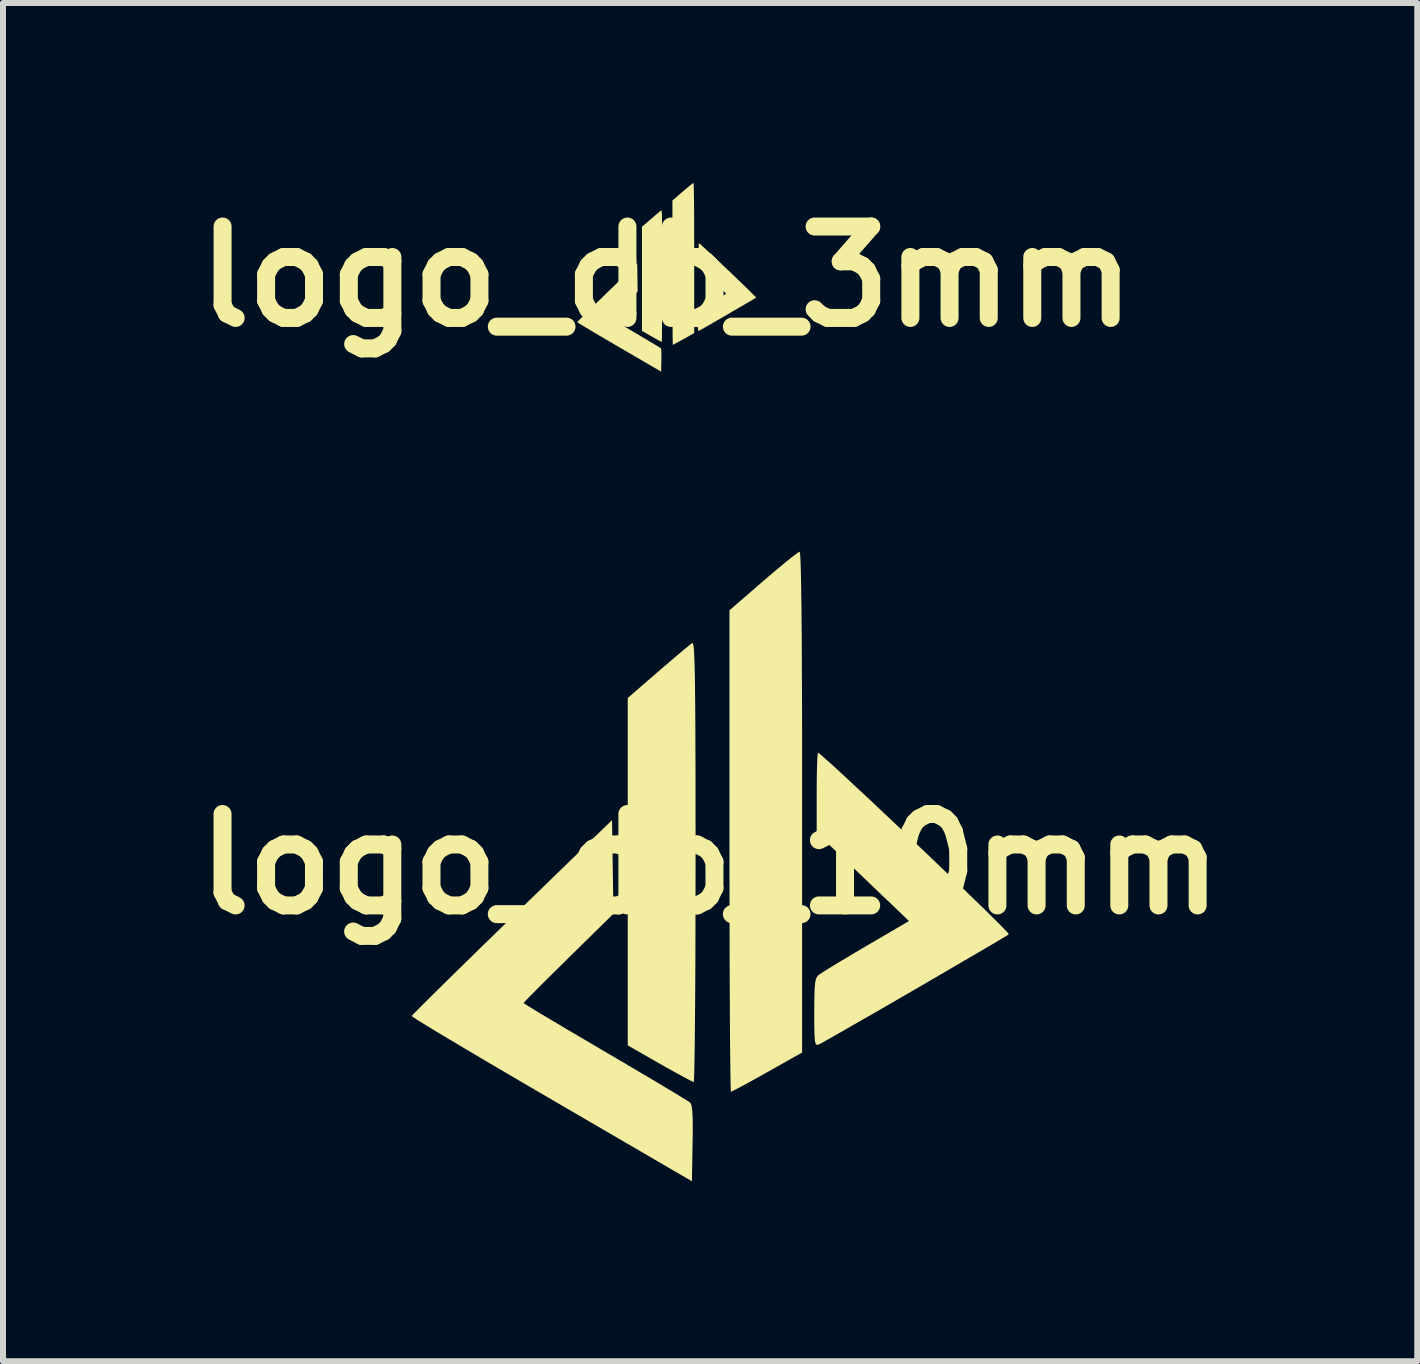
<source format=kicad_pcb>
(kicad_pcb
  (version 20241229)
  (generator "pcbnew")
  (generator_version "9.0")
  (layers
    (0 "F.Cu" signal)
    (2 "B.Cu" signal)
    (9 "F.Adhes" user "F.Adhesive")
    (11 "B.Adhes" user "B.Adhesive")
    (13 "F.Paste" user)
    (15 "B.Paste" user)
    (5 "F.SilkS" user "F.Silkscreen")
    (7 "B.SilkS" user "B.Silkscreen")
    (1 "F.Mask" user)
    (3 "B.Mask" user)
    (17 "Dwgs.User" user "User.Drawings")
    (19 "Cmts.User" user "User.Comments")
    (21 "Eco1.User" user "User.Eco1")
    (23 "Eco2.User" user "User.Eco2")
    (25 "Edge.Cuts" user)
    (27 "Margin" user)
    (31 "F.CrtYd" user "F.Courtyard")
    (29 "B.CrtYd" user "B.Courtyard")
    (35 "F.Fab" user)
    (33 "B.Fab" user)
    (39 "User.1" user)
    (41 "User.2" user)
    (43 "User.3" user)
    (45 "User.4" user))
  (footprint "logo_db_3mm"
    (layer "F.Cu")
    (at 8.063 1.561)
    (property "Reference" "logo_db_3mm" (at 0 0 0) (layer "F.SilkS") (effects (font (size 1.524 1.524) (thickness 0.3))))
    (attr through_hole)
    (fp_poly (pts (xy 0.45 -1.549) (xy 0.452 -1.513) (xy 0.454 -1.452) (xy 0.455 -1.368) (xy 0.457 -1.259) (xy 0.458 -1.126) (xy 0.459 -0.97) (xy 0.459 -0.789) (xy 0.46 -0.584) (xy 0.46 -0.356) (xy 0.46 -0.31) (xy 0.46 0.942) (xy 0.286 1.04) (xy 0.227 1.072) (xy 0.176 1.1) (xy 0.136 1.122) (xy 0.111 1.135) (xy 0.104 1.137) (xy 0.103 1.126) (xy 0.102 1.091) (xy 0.101 1.036) (xy 0.1 0.961) (xy 0.1 0.869) (xy 0.099 0.76) (xy 0.098 0.637) (xy 0.098 0.502) (xy 0.097 0.355) (xy 0.097 0.198) (xy 0.097 0.034) (xy 0.097 -0.065) (xy 0.097 -1.268) (xy 0.266 -1.414) (xy 0.32 -1.461) (xy 0.369 -1.501) (xy 0.408 -1.533) (xy 0.436 -1.554) (xy 0.448 -1.561)) (stroke (width 0) (type solid)) (fill yes) (layer "F.SilkS"))
    (fp_poly (pts (xy -0.086 -1.103) (xy -0.084 -1.094) (xy -0.081 -1.076) (xy -0.079 -1.048) (xy -0.078 -1.008) (xy -0.077 -0.956) (xy -0.075 -0.889) (xy -0.075 -0.807) (xy -0.074 -0.708) (xy -0.073 -0.59) (xy -0.073 -0.453) (xy -0.073 -0.296) (xy -0.073 -0.116) (xy -0.073 -0.013) (xy -0.073 0.148) (xy -0.073 0.302) (xy -0.073 0.447) (xy -0.074 0.582) (xy -0.075 0.705) (xy -0.076 0.813) (xy -0.077 0.906) (xy -0.078 0.982) (xy -0.079 1.039) (xy -0.08 1.075) (xy -0.082 1.089) (xy -0.082 1.089) (xy -0.095 1.083) (xy -0.125 1.068) (xy -0.169 1.044) (xy -0.221 1.014) (xy -0.251 0.997) (xy -0.411 0.906) (xy -0.411 -0.83) (xy -0.258 -0.962) (xy -0.206 -1.007) (xy -0.16 -1.047) (xy -0.122 -1.078) (xy -0.097 -1.099) (xy -0.089 -1.105)) (stroke (width 0) (type solid)) (fill yes) (layer "F.SilkS"))
    (fp_poly (pts (xy -0.486 0.014) (xy -0.483 0.248) (xy -0.707 0.469) (xy -0.768 0.528) (xy -0.822 0.582) (xy -0.868 0.627) (xy -0.903 0.663) (xy -0.925 0.686) (xy -0.932 0.694) (xy -0.922 0.701) (xy -0.893 0.719) (xy -0.848 0.746) (xy -0.788 0.782) (xy -0.717 0.824) (xy -0.636 0.872) (xy -0.548 0.924) (xy -0.523 0.938) (xy -0.433 0.992) (xy -0.348 1.042) (xy -0.272 1.087) (xy -0.207 1.126) (xy -0.155 1.157) (xy -0.119 1.179) (xy -0.101 1.19) (xy -0.1 1.192) (xy -0.093 1.204) (xy -0.089 1.23) (xy -0.087 1.273) (xy -0.087 1.335) (xy -0.087 1.395) (xy -0.091 1.585) (xy -0.792 1.176) (xy -0.91 1.107) (xy -1.023 1.041) (xy -1.127 0.98) (xy -1.222 0.924) (xy -1.305 0.874) (xy -1.375 0.832) (xy -1.43 0.799) (xy -1.468 0.775) (xy -1.488 0.762) (xy -1.49 0.759) (xy -1.482 0.749) (xy -1.457 0.724) (xy -1.418 0.685) (xy -1.366 0.634) (xy -1.304 0.572) (xy -1.231 0.501) (xy -1.15 0.422) (xy -1.063 0.337) (xy -0.989 0.265) (xy -0.49 -0.22)) (stroke (width 0) (type solid)) (fill yes) (layer "F.SilkS"))
    (fp_poly (pts (xy 0.55 -0.549) (xy 0.577 -0.526) (xy 0.616 -0.49) (xy 0.667 -0.443) (xy 0.728 -0.387) (xy 0.796 -0.323) (xy 0.87 -0.254) (xy 0.947 -0.181) (xy 1.026 -0.106) (xy 1.105 -0.031) (xy 1.181 0.043) (xy 1.253 0.112) (xy 1.32 0.176) (xy 1.378 0.233) (xy 1.426 0.281) (xy 1.463 0.318) (xy 1.486 0.341) (xy 1.492 0.351) (xy 1.48 0.359) (xy 1.448 0.378) (xy 1.401 0.406) (xy 1.341 0.441) (xy 1.27 0.483) (xy 1.191 0.528) (xy 1.107 0.577) (xy 1.021 0.628) (xy 0.934 0.678) (xy 0.849 0.727) (xy 0.77 0.773) (xy 0.698 0.814) (xy 0.637 0.849) (xy 0.589 0.876) (xy 0.556 0.894) (xy 0.541 0.902) (xy 0.541 0.902) (xy 0.533 0.904) (xy 0.527 0.898) (xy 0.524 0.882) (xy 0.521 0.852) (xy 0.521 0.804) (xy 0.52 0.741) (xy 0.521 0.673) (xy 0.522 0.624) (xy 0.525 0.592) (xy 0.53 0.571) (xy 0.537 0.559) (xy 0.542 0.555) (xy 0.558 0.543) (xy 0.592 0.522) (xy 0.64 0.493) (xy 0.698 0.458) (xy 0.764 0.419) (xy 0.778 0.411) (xy 0.994 0.285) (xy 0.911 0.206) (xy 0.873 0.169) (xy 0.823 0.121) (xy 0.766 0.067) (xy 0.707 0.011) (xy 0.681 -0.015) (xy 0.532 -0.156) (xy 0.532 -0.356) (xy 0.533 -0.423) (xy 0.534 -0.48) (xy 0.535 -0.524) (xy 0.537 -0.551) (xy 0.539 -0.557)) (stroke (width 0) (type solid)) (fill yes) (layer "F.SilkS")))
  (footprint "logo_db_10mm"
    (layer "F.Cu")
    (at 8.788 11.355)
    (property "Reference" "logo_db_10mm" (at 0 0 0) (layer "F.SilkS") (effects (font (size 1.524 1.524) (thickness 0.3))))
    (attr through_hole)
    (fp_poly (pts (xy 1.501 -5.169) (xy 1.508 -5.048) (xy 1.514 -4.846) (xy 1.519 -4.564) (xy 1.524 -4.202) (xy 1.528 -3.759) (xy 1.53 -3.236) (xy 1.533 -2.633) (xy 1.534 -1.95) (xy 1.534 -1.188) (xy 1.534 -1.033) (xy 1.534 3.142) (xy 0.953 3.469) (xy 0.758 3.578) (xy 0.587 3.672) (xy 0.454 3.743) (xy 0.37 3.786) (xy 0.347 3.796) (xy 0.344 3.756) (xy 0.341 3.642) (xy 0.338 3.457) (xy 0.335 3.208) (xy 0.332 2.899) (xy 0.33 2.537) (xy 0.328 2.127) (xy 0.326 1.674) (xy 0.325 1.184) (xy 0.324 0.662) (xy 0.323 0.113) (xy 0.323 -0.218) (xy 0.323 -4.231) (xy 0.888 -4.72) (xy 1.069 -4.875) (xy 1.231 -5.01) (xy 1.362 -5.116) (xy 1.453 -5.185) (xy 1.494 -5.209)) (stroke (width 0) (type solid)) (fill yes) (layer "F.SilkS"))
    (fp_poly (pts (xy -0.287 -3.682) (xy -0.279 -3.651) (xy -0.271 -3.591) (xy -0.265 -3.497) (xy -0.26 -3.365) (xy -0.255 -3.189) (xy -0.252 -2.967) (xy -0.249 -2.692) (xy -0.246 -2.361) (xy -0.245 -1.969) (xy -0.243 -1.513) (xy -0.243 -0.986) (xy -0.242 -0.386) (xy -0.242 -0.042) (xy -0.243 0.495) (xy -0.244 1.009) (xy -0.245 1.493) (xy -0.247 1.942) (xy -0.25 2.351) (xy -0.253 2.714) (xy -0.256 3.024) (xy -0.26 3.277) (xy -0.264 3.467) (xy -0.268 3.588) (xy -0.272 3.634) (xy -0.273 3.634) (xy -0.316 3.615) (xy -0.417 3.562) (xy -0.562 3.483) (xy -0.739 3.385) (xy -0.838 3.329) (xy -1.373 3.023) (xy -1.373 -2.769) (xy -0.862 -3.212) (xy -0.688 -3.361) (xy -0.533 -3.493) (xy -0.408 -3.598) (xy -0.324 -3.666) (xy -0.297 -3.687)) (stroke (width 0) (type solid)) (fill yes) (layer "F.SilkS"))
    (fp_poly (pts (xy -1.623 0.047) (xy -1.611 0.828) (xy -2.36 1.564) (xy -2.561 1.762) (xy -2.742 1.941) (xy -2.895 2.094) (xy -3.012 2.212) (xy -3.086 2.289) (xy -3.109 2.316) (xy -3.076 2.34) (xy -2.98 2.399) (xy -2.829 2.491) (xy -2.631 2.609) (xy -2.393 2.751) (xy -2.122 2.91) (xy -1.827 3.084) (xy -1.747 3.131) (xy -1.443 3.309) (xy -1.161 3.476) (xy -0.907 3.626) (xy -0.69 3.756) (xy -0.518 3.86) (xy -0.397 3.934) (xy -0.337 3.973) (xy -0.332 3.976) (xy -0.311 4.018) (xy -0.298 4.105) (xy -0.29 4.248) (xy -0.289 4.454) (xy -0.292 4.655) (xy -0.303 5.288) (xy -2.641 3.926) (xy -3.038 3.694) (xy -3.414 3.474) (xy -3.762 3.269) (xy -4.078 3.082) (xy -4.355 2.917) (xy -4.589 2.777) (xy -4.772 2.665) (xy -4.899 2.586) (xy -4.965 2.541) (xy -4.974 2.533) (xy -4.945 2.5) (xy -4.862 2.416) (xy -4.733 2.286) (xy -4.56 2.115) (xy -4.35 1.908) (xy -4.108 1.671) (xy -3.839 1.407) (xy -3.547 1.124) (xy -3.302 0.885) (xy -1.635 -0.733)) (stroke (width 0) (type solid)) (fill yes) (layer "F.SilkS"))
    (fp_poly (pts (xy 1.836 -1.831) (xy 1.924 -1.754) (xy 2.057 -1.635) (xy 2.227 -1.478) (xy 2.429 -1.29) (xy 2.657 -1.078) (xy 2.902 -0.847) (xy 3.16 -0.603) (xy 3.423 -0.353) (xy 3.686 -0.102) (xy 3.941 0.142) (xy 4.183 0.375) (xy 4.404 0.589) (xy 4.599 0.778) (xy 4.76 0.938) (xy 4.882 1.06) (xy 4.957 1.139) (xy 4.98 1.17) (xy 4.937 1.198) (xy 4.833 1.261) (xy 4.676 1.354) (xy 4.475 1.472) (xy 4.238 1.61) (xy 3.976 1.763) (xy 3.695 1.927) (xy 3.406 2.095) (xy 3.116 2.263) (xy 2.834 2.426) (xy 2.569 2.578) (xy 2.33 2.715) (xy 2.126 2.832) (xy 1.965 2.924) (xy 1.855 2.985) (xy 1.806 3.01) (xy 1.806 3.01) (xy 1.779 3.015) (xy 1.759 2.996) (xy 1.747 2.943) (xy 1.74 2.843) (xy 1.737 2.684) (xy 1.736 2.474) (xy 1.738 2.245) (xy 1.742 2.083) (xy 1.752 1.975) (xy 1.768 1.906) (xy 1.793 1.865) (xy 1.807 1.851) (xy 1.862 1.813) (xy 1.976 1.741) (xy 2.136 1.644) (xy 2.331 1.527) (xy 2.549 1.398) (xy 2.597 1.37) (xy 3.315 0.95) (xy 3.041 0.686) (xy 2.913 0.565) (xy 2.745 0.404) (xy 2.555 0.222) (xy 2.361 0.036) (xy 2.271 -0.049) (xy 1.777 -0.521) (xy 1.777 -1.189) (xy 1.778 -1.411) (xy 1.782 -1.602) (xy 1.787 -1.749) (xy 1.794 -1.837) (xy 1.799 -1.858)) (stroke (width 0) (type solid)) (fill yes) (layer "F.SilkS")))
  (gr_rect
    (start -3 -3)
    (end 20.577 19.643)
    (stroke (width 0.1) (type default))
    (fill no)
    (layer "Edge.Cuts")))
</source>
